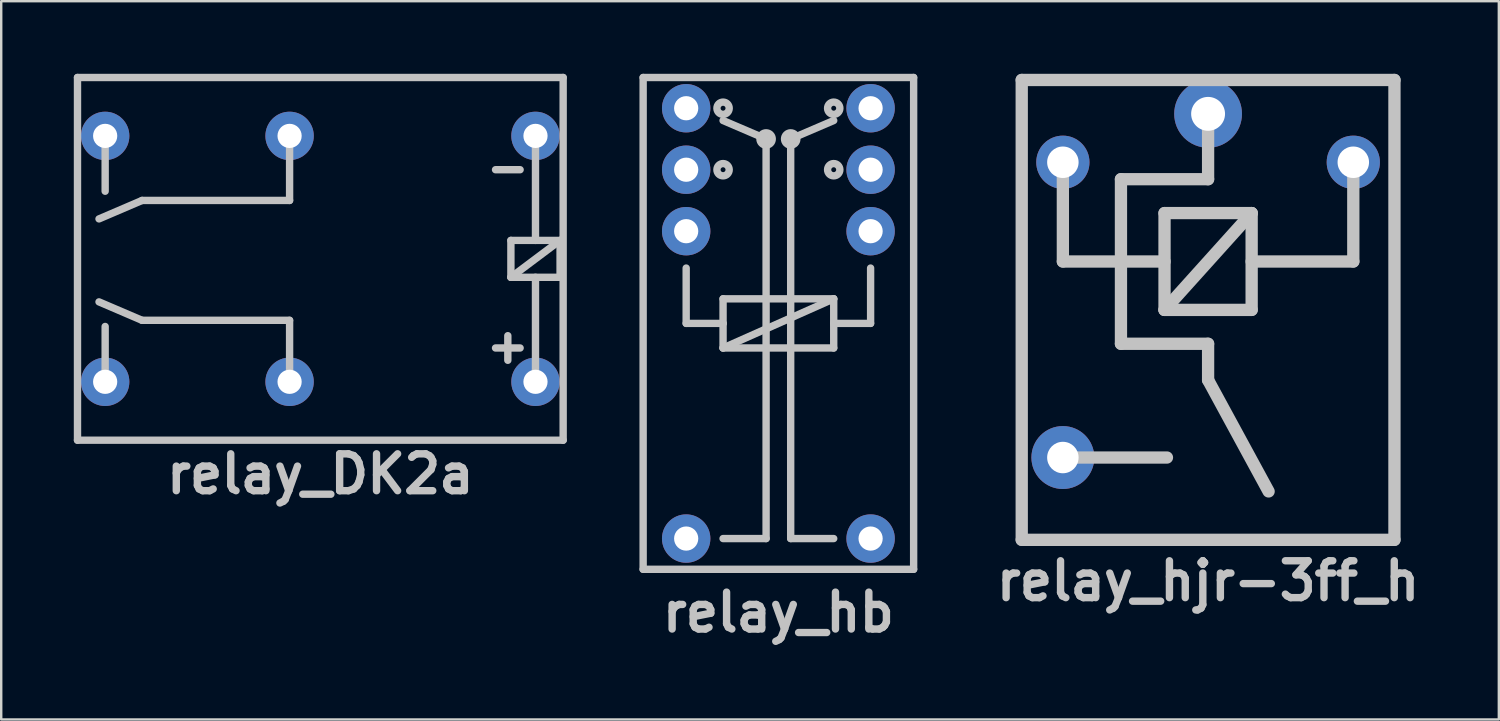
<source format=kicad_pcb>
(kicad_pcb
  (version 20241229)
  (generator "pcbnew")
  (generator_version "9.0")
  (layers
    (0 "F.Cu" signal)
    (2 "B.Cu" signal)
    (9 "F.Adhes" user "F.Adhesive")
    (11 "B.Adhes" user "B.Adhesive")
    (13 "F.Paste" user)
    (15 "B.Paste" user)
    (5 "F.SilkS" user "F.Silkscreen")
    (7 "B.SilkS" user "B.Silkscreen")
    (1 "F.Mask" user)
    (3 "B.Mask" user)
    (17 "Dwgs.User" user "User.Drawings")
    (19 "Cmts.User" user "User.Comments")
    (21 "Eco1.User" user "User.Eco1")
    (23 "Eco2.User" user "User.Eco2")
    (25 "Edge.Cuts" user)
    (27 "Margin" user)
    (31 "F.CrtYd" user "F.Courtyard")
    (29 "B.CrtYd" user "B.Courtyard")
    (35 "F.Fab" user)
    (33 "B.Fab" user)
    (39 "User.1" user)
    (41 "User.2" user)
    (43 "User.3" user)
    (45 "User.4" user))
  (footprint "relay_DK2a"
    (layer "F.Cu")
    (at 10.185 7.645)
    (property "Reference" "relay_DK2a" (at 0 8.89 0) (layer "Dwgs.User") (effects (font (size 1.524 1.524) (thickness 0.305))))
    (attr through_hole)
    (fp_line (start -10.033 -7.493) (end -10.033 7.493) (stroke (width 0.305) (type solid)) (layer "Dwgs.User"))
    (fp_line (start -10.033 7.493) (end 10.033 7.493) (stroke (width 0.305) (type solid)) (layer "Dwgs.User"))
    (fp_line (start -8.89 -5.08) (end -8.89 -2.794) (stroke (width 0.305) (type solid)) (layer "Dwgs.User"))
    (fp_line (start -8.89 2.794) (end -8.89 5.08) (stroke (width 0.305) (type solid)) (layer "Dwgs.User"))
    (fp_line (start -7.366 -2.413) (end -9.144 -1.651) (stroke (width 0.305) (type solid)) (layer "Dwgs.User"))
    (fp_line (start -7.366 2.54) (end -9.144 1.778) (stroke (width 0.305) (type solid)) (layer "Dwgs.User"))
    (fp_line (start -1.27 -4.953) (end -1.27 -2.413) (stroke (width 0.305) (type solid)) (layer "Dwgs.User"))
    (fp_line (start -1.27 -2.413) (end -7.366 -2.413) (stroke (width 0.305) (type solid)) (layer "Dwgs.User"))
    (fp_line (start -1.27 2.54) (end -7.366 2.54) (stroke (width 0.305) (type solid)) (layer "Dwgs.User"))
    (fp_line (start -1.27 2.54) (end -1.27 5.08) (stroke (width 0.305) (type solid)) (layer "Dwgs.User"))
    (fp_line (start 7.239 -3.683) (end 8.255 -3.683) (stroke (width 0.305) (type solid)) (layer "Dwgs.User"))
    (fp_line (start 7.239 3.683) (end 8.255 3.683) (stroke (width 0.305) (type solid)) (layer "Dwgs.User"))
    (fp_line (start 7.747 3.175) (end 7.747 4.191) (stroke (width 0.305) (type solid)) (layer "Dwgs.User"))
    (fp_line (start 7.874 -0.762) (end 9.906 -0.762) (stroke (width 0.305) (type solid)) (layer "Dwgs.User"))
    (fp_line (start 7.874 0.762) (end 7.874 -0.762) (stroke (width 0.305) (type solid)) (layer "Dwgs.User"))
    (fp_line (start 8.89 -0.762) (end 8.89 -5.08) (stroke (width 0.305) (type solid)) (layer "Dwgs.User"))
    (fp_line (start 8.89 5.08) (end 8.89 0.762) (stroke (width 0.305) (type solid)) (layer "Dwgs.User"))
    (fp_line (start 9.906 -0.762) (end 7.874 0.762) (stroke (width 0.305) (type solid)) (layer "Dwgs.User"))
    (fp_line (start 9.906 -0.762) (end 9.906 0.762) (stroke (width 0.305) (type solid)) (layer "Dwgs.User"))
    (fp_line (start 9.906 0.762) (end 7.874 0.762) (stroke (width 0.305) (type solid)) (layer "Dwgs.User"))
    (fp_line (start 10.033 -7.493) (end -10.033 -7.493) (stroke (width 0.305) (type solid)) (layer "Dwgs.User"))
    (fp_line (start 10.033 7.493) (end 10.033 -7.493) (stroke (width 0.305) (type solid)) (layer "Dwgs.User"))
    (pad "1" thru_hole circle (at 8.89 -5.08 180) (size 2 2) (drill 1) (layers "*.Cu" "*.Mask"))
    (pad "3" thru_hole circle (at -1.27 -5.08 180) (size 2 2) (drill 1) (layers "*.Cu" "*.Mask"))
    (pad "4" thru_hole circle (at -8.89 -5.08 180) (size 2 2) (drill 1) (layers "*.Cu" "*.Mask"))
    (pad "5" thru_hole circle (at -8.89 5.08 180) (size 2 2) (drill 1) (layers "*.Cu" "*.Mask"))
    (pad "6" thru_hole circle (at -1.27 5.08 180) (size 2 2) (drill 1) (layers "*.Cu" "*.Mask"))
    (pad "8" thru_hole circle (at 8.89 5.08 180) (size 2 2) (drill 1) (layers "*.Cu" "*.Mask")))
  (footprint "relay_hb"
    (layer "F.Cu")
    (at 29.111 10.312)
    (property "Reference" "relay_hb" (at 0 11.938 0) (layer "Dwgs.User") (effects (font (size 1.524 1.524) (thickness 0.305))))
    (attr through_hole)
    (fp_line (start -5.588 -10.16) (end 5.588 -10.16) (stroke (width 0.305) (type solid)) (layer "Dwgs.User"))
    (fp_line (start -5.588 10.16) (end -5.588 -10.16) (stroke (width 0.305) (type solid)) (layer "Dwgs.User"))
    (fp_line (start -3.81 -2.286) (end -3.81 0) (stroke (width 0.305) (type solid)) (layer "Dwgs.User"))
    (fp_line (start -3.81 0) (end -2.286 0) (stroke (width 0.305) (type solid)) (layer "Dwgs.User"))
    (fp_line (start -2.286 -1.016) (end 2.286 -1.016) (stroke (width 0.305) (type solid)) (layer "Dwgs.User"))
    (fp_line (start -2.286 0) (end -2.286 -1.016) (stroke (width 0.305) (type solid)) (layer "Dwgs.User"))
    (fp_line (start -2.286 1.016) (end -2.286 0) (stroke (width 0.305) (type solid)) (layer "Dwgs.User"))
    (fp_line (start -2.286 1.016) (end 2.286 -1.016) (stroke (width 0.305) (type solid)) (layer "Dwgs.User"))
    (fp_line (start -0.508 -7.62) (end -2.286 -8.382) (stroke (width 0.305) (type solid)) (layer "Dwgs.User"))
    (fp_line (start -0.508 8.89) (end -2.286 8.89) (stroke (width 0.305) (type solid)) (layer "Dwgs.User"))
    (fp_line (start -0.508 8.89) (end -0.508 -7.62) (stroke (width 0.305) (type solid)) (layer "Dwgs.User"))
    (fp_line (start 0.508 -7.62) (end 0.508 8.89) (stroke (width 0.305) (type solid)) (layer "Dwgs.User"))
    (fp_line (start 0.508 -7.62) (end 2.286 -8.382) (stroke (width 0.305) (type solid)) (layer "Dwgs.User"))
    (fp_line (start 2.286 -1.016) (end 2.286 1.016) (stroke (width 0.305) (type solid)) (layer "Dwgs.User"))
    (fp_line (start 2.286 0) (end 3.81 0) (stroke (width 0.305) (type solid)) (layer "Dwgs.User"))
    (fp_line (start 2.286 1.016) (end -2.286 1.016) (stroke (width 0.305) (type solid)) (layer "Dwgs.User"))
    (fp_line (start 2.286 8.89) (end 0.508 8.89) (stroke (width 0.305) (type solid)) (layer "Dwgs.User"))
    (fp_line (start 3.81 0) (end 3.81 -2.286) (stroke (width 0.305) (type solid)) (layer "Dwgs.User"))
    (fp_line (start 5.588 -10.16) (end 5.588 10.16) (stroke (width 0.305) (type solid)) (layer "Dwgs.User"))
    (fp_line (start 5.588 10.16) (end -5.588 10.16) (stroke (width 0.305) (type solid)) (layer "Dwgs.User"))
    (fp_circle (center -2.286 -8.89) (end -2.286 -9.144) (stroke (width 0.305) (type solid)) (fill no) (layer "Dwgs.User"))
    (fp_circle (center -2.286 -6.35) (end -2.286 -6.604) (stroke (width 0.305) (type solid)) (fill no) (layer "Dwgs.User"))
    (fp_circle (center -0.508 -7.62) (end -0.254 -7.62) (stroke (width 0.305) (type solid)) (fill no) (layer "Dwgs.User"))
    (fp_circle (center 0.508 -7.62) (end 0.508 -7.366) (stroke (width 0.305) (type solid)) (fill no) (layer "Dwgs.User"))
    (fp_circle (center 2.286 -8.89) (end 2.032 -8.89) (stroke (width 0.305) (type solid)) (fill no) (layer "Dwgs.User"))
    (fp_circle (center 2.286 -6.35) (end 2.286 -6.096) (stroke (width 0.305) (type solid)) (fill no) (layer "Dwgs.User"))
    (pad "1" thru_hole circle (at -3.81 -8.89 180) (size 2 2) (drill 1) (layers "*.Cu" "*.Mask"))
    (pad "2" thru_hole circle (at -3.81 -6.35 180) (size 2 2) (drill 1) (layers "*.Cu" "*.Mask"))
    (pad "3" thru_hole circle (at -3.81 -3.81 180) (size 2 2) (drill 1) (layers "*.Cu" "*.Mask"))
    (pad "8" thru_hole circle (at -3.81 8.89 180) (size 2 2) (drill 1) (layers "*.Cu" "*.Mask"))
    (pad "9" thru_hole circle (at 3.81 8.89 180) (size 2 2) (drill 1) (layers "*.Cu" "*.Mask"))
    (pad "14" thru_hole circle (at 3.81 -3.81 180) (size 2 2) (drill 1) (layers "*.Cu" "*.Mask"))
    (pad "15" thru_hole circle (at 3.81 -6.35 180) (size 2 2) (drill 1) (layers "*.Cu" "*.Mask"))
    (pad "16" thru_hole circle (at 3.81 -8.89 180) (size 2 2) (drill 1) (layers "*.Cu" "*.Mask")))
  (footprint "relay_hjr-3ff_h"
    (layer "F.Cu")
    (at 46.865 9.754)
    (property "Reference" "relay_hjr-3ff_h" (at 0 11.2 0) (layer "Dwgs.User") (effects (font (size 1.524 1.524) (thickness 0.305))))
    (attr through_hole)
    (fp_line (start -7.7 -9.5) (end -7.7 9.5) (stroke (width 0.508) (type solid)) (layer "Dwgs.User"))
    (fp_line (start -7.7 -9.5) (end 7.7 -9.5) (stroke (width 0.508) (type solid)) (layer "Dwgs.User"))
    (fp_line (start -7.7 9.5) (end 7.7 9.5) (stroke (width 0.508) (type solid)) (layer "Dwgs.User"))
    (fp_line (start -6 -6.1) (end -6 -2) (stroke (width 0.508) (type solid)) (layer "Dwgs.User"))
    (fp_line (start -3.6 1.4) (end -3.6 -5.4) (stroke (width 0.508) (type solid)) (layer "Dwgs.User"))
    (fp_line (start -1.8 -4) (end 1.8 -4) (stroke (width 0.508) (type solid)) (layer "Dwgs.User"))
    (fp_line (start -1.8 -2) (end -6 -2) (stroke (width 0.508) (type solid)) (layer "Dwgs.User"))
    (fp_line (start -1.8 0) (end -1.8 -4) (stroke (width 0.508) (type solid)) (layer "Dwgs.User"))
    (fp_line (start -1.8 0) (end 1.8 -4) (stroke (width 0.508) (type solid)) (layer "Dwgs.User"))
    (fp_line (start -1.7 6.1) (end -6 6.1) (stroke (width 0.508) (type solid)) (layer "Dwgs.User"))
    (fp_line (start 0 -8.1) (end 0 -5.4) (stroke (width 0.508) (type solid)) (layer "Dwgs.User"))
    (fp_line (start 0 -5.4) (end -3.6 -5.4) (stroke (width 0.508) (type solid)) (layer "Dwgs.User"))
    (fp_line (start 0 1.4) (end -3.6 1.4) (stroke (width 0.508) (type solid)) (layer "Dwgs.User"))
    (fp_line (start 0 1.4) (end 0 2.9) (stroke (width 0.508) (type solid)) (layer "Dwgs.User"))
    (fp_line (start 0 2.9) (end 2.5 7.5) (stroke (width 0.508) (type solid)) (layer "Dwgs.User"))
    (fp_line (start 1.8 -4) (end 1.8 0) (stroke (width 0.508) (type solid)) (layer "Dwgs.User"))
    (fp_line (start 1.8 0) (end -1.8 0) (stroke (width 0.508) (type solid)) (layer "Dwgs.User"))
    (fp_line (start 6 -6.1) (end 6 -2) (stroke (width 0.508) (type solid)) (layer "Dwgs.User"))
    (fp_line (start 6 -2) (end 1.8 -2) (stroke (width 0.508) (type solid)) (layer "Dwgs.User"))
    (fp_line (start 7.7 -9.5) (end 7.7 9.5) (stroke (width 0.508) (type solid)) (layer "Dwgs.User"))
    (pad "1" thru_hole circle (at 0 -8.1) (size 2.8 2.8) (drill 1.4) (layers "*.Cu" "*.Mask"))
    (pad "2" thru_hole circle (at -6 -6.1) (size 2.2 2.2) (drill 1.3) (layers "*.Cu" "*.Mask"))
    (pad "3" thru_hole circle (at -6 6.1) (size 2.6 2.6) (drill 1.3) (layers "*.Cu" "*.Mask"))
    (pad "5" thru_hole circle (at 6 -6.1) (size 2.2 2.2) (drill 1.3) (layers "*.Cu" "*.Mask")))
  (gr_rect
    (start -3 -3)
    (end 58.878 26.677)
    (stroke (width 0.1) (type default))
    (fill no)
    (layer "Edge.Cuts")))
</source>
